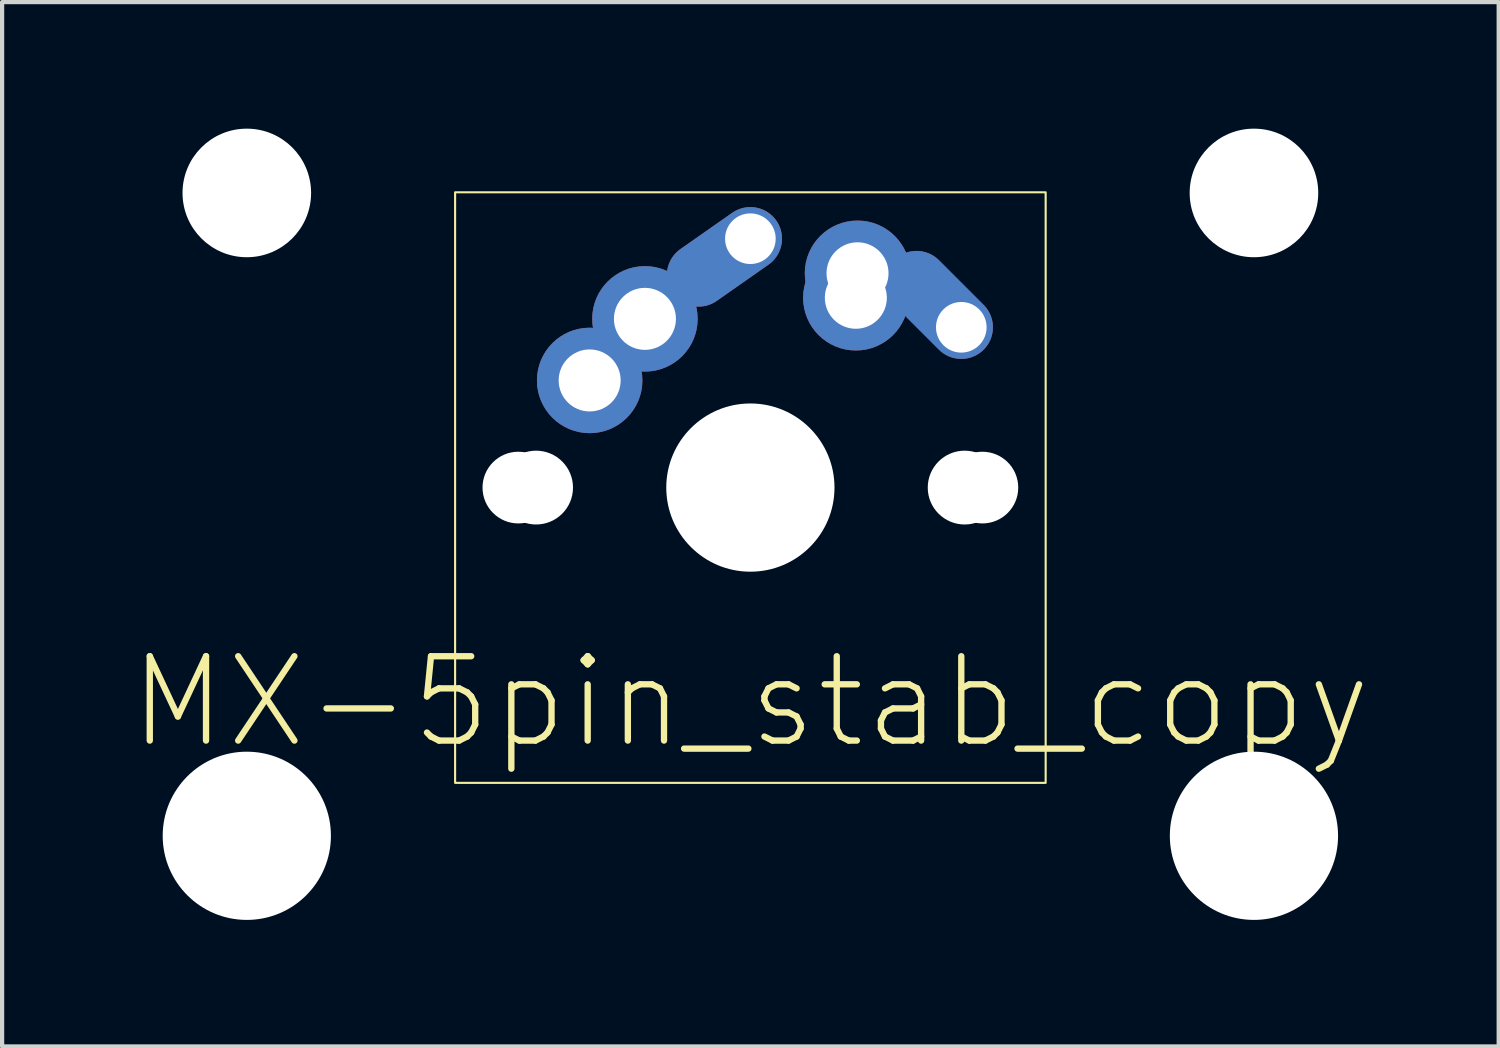
<source format=kicad_pcb>
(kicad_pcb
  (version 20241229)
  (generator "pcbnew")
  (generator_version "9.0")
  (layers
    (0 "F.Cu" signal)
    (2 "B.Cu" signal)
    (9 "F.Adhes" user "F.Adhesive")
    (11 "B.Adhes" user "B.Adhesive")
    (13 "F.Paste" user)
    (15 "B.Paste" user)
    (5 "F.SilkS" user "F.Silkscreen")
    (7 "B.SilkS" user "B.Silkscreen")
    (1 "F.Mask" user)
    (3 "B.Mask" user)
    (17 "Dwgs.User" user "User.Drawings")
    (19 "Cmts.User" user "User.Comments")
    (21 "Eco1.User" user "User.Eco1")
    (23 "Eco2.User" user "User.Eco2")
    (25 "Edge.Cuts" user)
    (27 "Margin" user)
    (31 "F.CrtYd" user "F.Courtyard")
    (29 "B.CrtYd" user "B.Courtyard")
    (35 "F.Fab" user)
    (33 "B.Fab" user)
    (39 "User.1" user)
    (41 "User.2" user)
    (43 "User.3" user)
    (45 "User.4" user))
  (footprint "MX-5pin_stab_copy"
    (layer "F.Cu")
    (at 14.739 8.509)
    (property "Reference" "MX-5pin_stab_copy" (at 0 5.08 0) (unlocked yes) (layer "F.SilkS") (effects (font (size 2 2) (thickness 0.15))))
    (attr through_hole)
    (fp_rect (start -7 -7) (end 7 7) (stroke (width 0.05) (type solid)) (fill no) (layer "F.SilkS"))
    (pad "" np_thru_hole circle (at -11.938 -6.985) (size 3.048 3.048) (drill 3.048) (layers "*.Cu" "*.Mask"))
    (pad "" np_thru_hole circle (at -11.938 8.255) (size 3.988 3.988) (drill 3.988) (layers "*.Cu" "*.Mask"))
    (pad "" np_thru_hole circle (at -5.5 0 48.1) (size 1.7 1.7) (drill 1.7) (layers "*.Cu" "*.Mask"))
    (pad "" np_thru_hole circle (at -5.08 0 48.1) (size 1.75 1.75) (drill 1.75) (layers "*.Cu" "*.Mask"))
    (pad "" np_thru_hole circle (at 0 0) (size 3.988 3.988) (drill 3.988) (layers "*.Cu" "*.Mask"))
    (pad "" np_thru_hole circle (at 5.08 0 48.1) (size 1.75 1.75) (drill 1.75) (layers "*.Cu" "*.Mask"))
    (pad "" np_thru_hole circle (at 5.5 0 48.1) (size 1.7 1.7) (drill 1.7) (layers "*.Cu" "*.Mask"))
    (pad "" np_thru_hole circle (at 11.938 -6.985) (size 3.048 3.048) (drill 3.048) (layers "*.Cu" "*.Mask"))
    (pad "" np_thru_hole circle (at 11.938 8.255) (size 3.988 3.988) (drill 3.988) (layers "*.Cu" "*.Mask"))
    (pad "1" thru_hole circle (at -3.81 -2.54) (size 2.5 2.5) (drill 1.47) (layers "*.Cu" "*.Mask"))
    (pad "1" thru_hole circle (at -2.5 -4) (size 2.5 2.5) (drill 1.47) (layers "*.Cu" "*.Mask"))
    (pad "1" thru_hole oval (at 0 -5.9 35) (size 3 1.5) (drill 1.2 (offset -0.75 0)) (layers "*.Cu" "*.Mask"))
    (pad "2" thru_hole circle (at 2.5 -4.5) (size 2.5 2.5) (drill 1.47) (layers "*.Cu" "*.Mask"))
    (pad "2" thru_hole circle (at 2.54 -5.08) (size 2.5 2.5) (drill 1.47) (layers "*.Cu" "*.Mask"))
    (pad "2" thru_hole oval (at 5 -3.8 315) (size 3 1.5) (drill 1.2 (offset -0.75 0)) (layers "*.Cu" "*.Mask")))
  (gr_rect
    (start -3 -3)
    (end 32.479 21.758)
    (stroke (width 0.1) (type default))
    (fill no)
    (layer "Edge.Cuts")))
</source>
